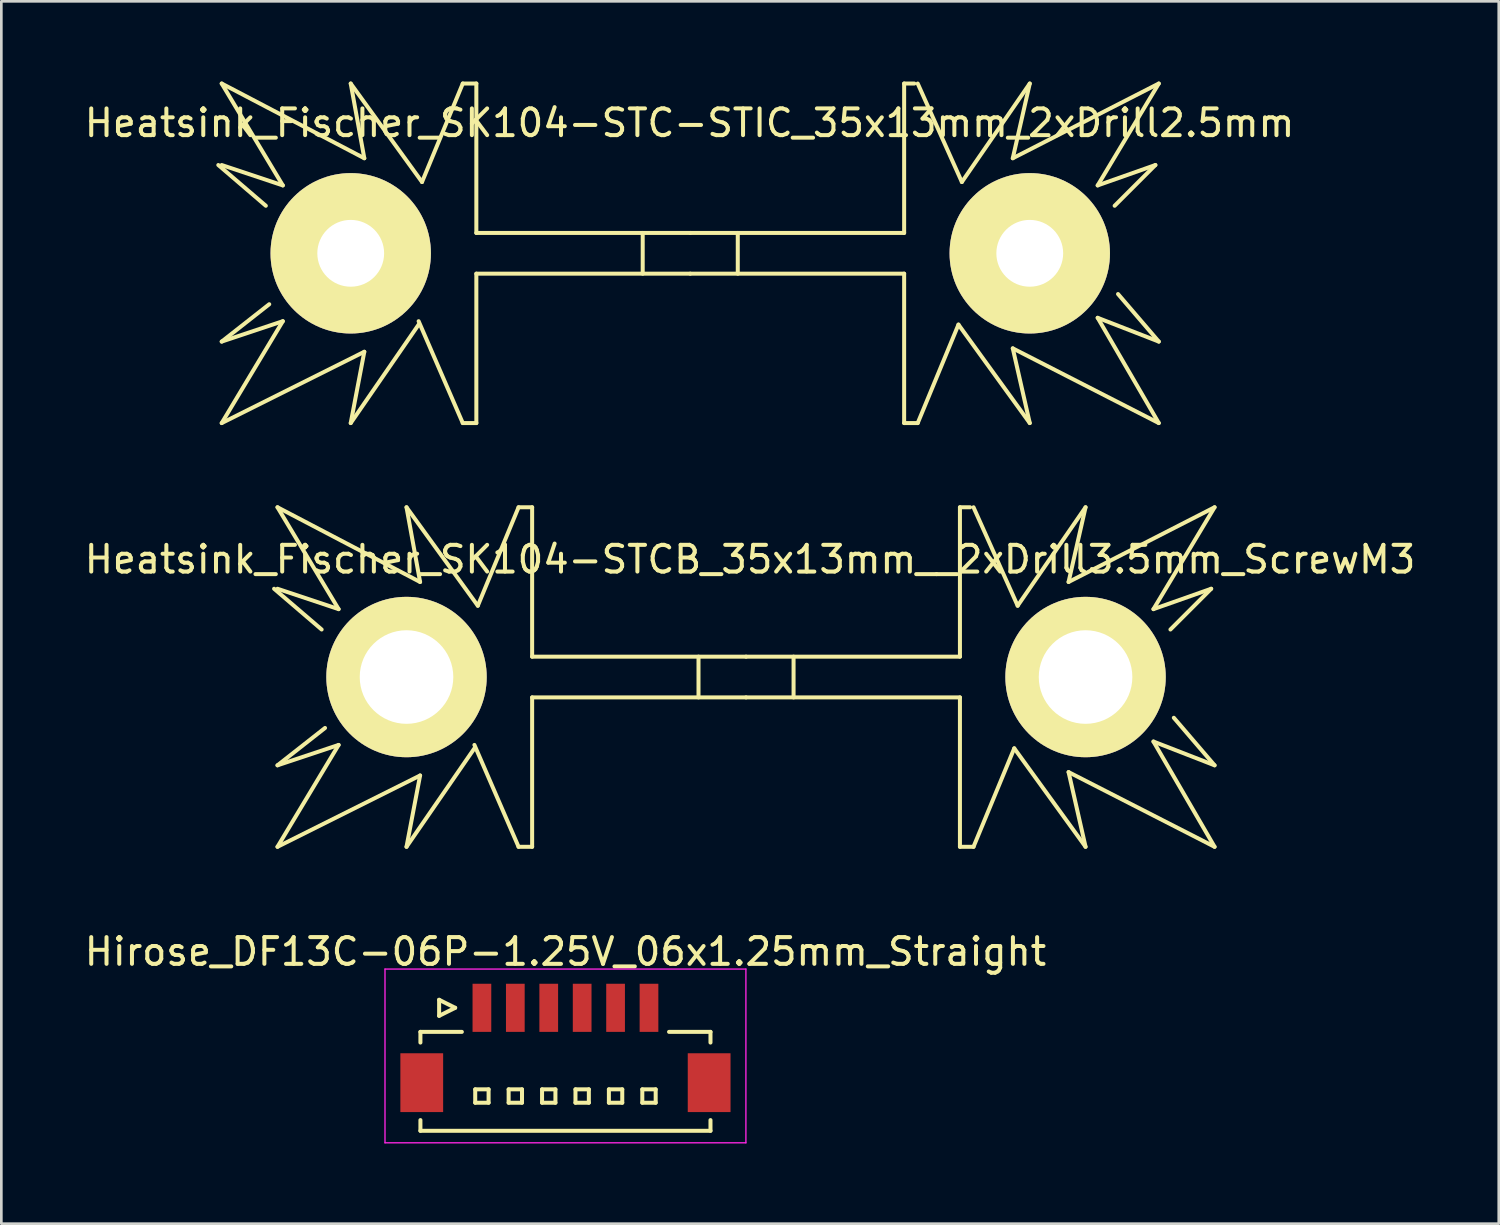
<source format=kicad_pcb>
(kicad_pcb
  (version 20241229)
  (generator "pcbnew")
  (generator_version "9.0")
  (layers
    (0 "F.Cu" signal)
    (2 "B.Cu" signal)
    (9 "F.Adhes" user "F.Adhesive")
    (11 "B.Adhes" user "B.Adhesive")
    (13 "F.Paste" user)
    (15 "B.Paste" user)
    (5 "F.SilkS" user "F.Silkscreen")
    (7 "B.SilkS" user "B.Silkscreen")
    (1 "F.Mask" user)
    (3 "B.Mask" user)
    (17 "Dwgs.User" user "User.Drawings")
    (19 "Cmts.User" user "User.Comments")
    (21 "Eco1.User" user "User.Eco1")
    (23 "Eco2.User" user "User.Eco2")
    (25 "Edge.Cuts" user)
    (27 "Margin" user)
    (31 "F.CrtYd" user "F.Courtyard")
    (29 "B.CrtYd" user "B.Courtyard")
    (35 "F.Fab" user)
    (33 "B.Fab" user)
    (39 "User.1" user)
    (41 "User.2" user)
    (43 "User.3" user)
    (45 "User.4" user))
  (footprint "Heatsink_Fischer_SK104-STCB_35x13mm__2xDrill3.5mm_ScrewM3"
    (layer "F.Cu")
    (at 24.856 22.275)
    (property "Reference" "Heatsink_Fischer_SK104-STCB_35x13mm__2xDrill3.5mm_ScrewM3" (at 0.15 -4.4 0) (layer "F.SilkS") (effects (font (size 1 1) (thickness 0.15))))
    (attr through_hole)
    (fp_line (start -17.653 -3.302) (end -15.875 -1.778) (stroke (width 0.15) (type solid)) (layer "F.SilkS"))
    (fp_line (start -17.526 -3.302) (end -15.24 -2.54) (stroke (width 0.15) (type solid)) (layer "F.SilkS"))
    (fp_line (start -17.526 3.302) (end -15.748 1.905) (stroke (width 0.15) (type solid)) (layer "F.SilkS"))
    (fp_line (start -17.526 3.302) (end -15.24 2.54) (stroke (width 0.15) (type solid)) (layer "F.SilkS"))
    (fp_line (start -15.24 -2.54) (end -17.526 -6.35) (stroke (width 0.15) (type solid)) (layer "F.SilkS"))
    (fp_line (start -15.24 2.54) (end -17.526 6.35) (stroke (width 0.15) (type solid)) (layer "F.SilkS"))
    (fp_line (start -12.7 -6.35) (end -12.192 -3.556) (stroke (width 0.15) (type solid)) (layer "F.SilkS"))
    (fp_line (start -12.7 6.35) (end -12.192 3.683) (stroke (width 0.15) (type solid)) (layer "F.SilkS"))
    (fp_line (start -12.192 -3.556) (end -17.526 -6.35) (stroke (width 0.15) (type solid)) (layer "F.SilkS"))
    (fp_line (start -12.192 3.683) (end -17.526 6.35) (stroke (width 0.15) (type solid)) (layer "F.SilkS"))
    (fp_line (start -10.16 2.667) (end -12.7 6.35) (stroke (width 0.15) (type solid)) (layer "F.SilkS"))
    (fp_line (start -10.033 -2.667) (end -12.7 -6.35) (stroke (width 0.15) (type solid)) (layer "F.SilkS"))
    (fp_line (start -8.509 -6.35) (end -10.033 -2.667) (stroke (width 0.15) (type solid)) (layer "F.SilkS"))
    (fp_line (start -8.509 6.35) (end -10.16 2.54) (stroke (width 0.15) (type solid)) (layer "F.SilkS"))
    (fp_line (start -8.509 6.35) (end -8.001 6.35) (stroke (width 0.15) (type solid)) (layer "F.SilkS"))
    (fp_line (start -8.001 -6.35) (end -8.509 -6.35) (stroke (width 0.15) (type solid)) (layer "F.SilkS"))
    (fp_line (start -8.001 -0.762) (end -8.001 -6.35) (stroke (width 0.15) (type solid)) (layer "F.SilkS"))
    (fp_line (start -8.001 0.762) (end -8.001 6.35) (stroke (width 0.15) (type solid)) (layer "F.SilkS"))
    (fp_line (start -1.778 -0.762) (end -1.778 0.762) (stroke (width 0.15) (type solid)) (layer "F.SilkS"))
    (fp_line (start 0 -0.762) (end -8.001 -0.762) (stroke (width 0.15) (type solid)) (layer "F.SilkS"))
    (fp_line (start 0 -0.762) (end 8.001 -0.762) (stroke (width 0.15) (type solid)) (layer "F.SilkS"))
    (fp_line (start 0 0.762) (end -8.001 0.762) (stroke (width 0.15) (type solid)) (layer "F.SilkS"))
    (fp_line (start 0 0.762) (end 8.001 0.762) (stroke (width 0.15) (type solid)) (layer "F.SilkS"))
    (fp_line (start 1.778 -0.762) (end 1.778 0.762) (stroke (width 0.15) (type solid)) (layer "F.SilkS"))
    (fp_line (start 8.001 -6.35) (end 8.382 -6.35) (stroke (width 0.15) (type solid)) (layer "F.SilkS"))
    (fp_line (start 8.001 -0.762) (end 8.001 -6.35) (stroke (width 0.15) (type solid)) (layer "F.SilkS"))
    (fp_line (start 8.001 0.762) (end 8.001 6.35) (stroke (width 0.15) (type solid)) (layer "F.SilkS"))
    (fp_line (start 8.001 6.35) (end 8.509 6.35) (stroke (width 0.15) (type solid)) (layer "F.SilkS"))
    (fp_line (start 8.509 -6.35) (end 10.16 -2.667) (stroke (width 0.15) (type solid)) (layer "F.SilkS"))
    (fp_line (start 8.509 6.35) (end 10.033 2.667) (stroke (width 0.15) (type solid)) (layer "F.SilkS"))
    (fp_line (start 10.033 2.667) (end 12.7 6.35) (stroke (width 0.15) (type solid)) (layer "F.SilkS"))
    (fp_line (start 10.16 -2.667) (end 12.7 -6.35) (stroke (width 0.15) (type solid)) (layer "F.SilkS"))
    (fp_line (start 12.065 -3.556) (end 12.7 -6.35) (stroke (width 0.15) (type solid)) (layer "F.SilkS"))
    (fp_line (start 12.065 3.556) (end 17.526 6.35) (stroke (width 0.15) (type solid)) (layer "F.SilkS"))
    (fp_line (start 12.7 6.35) (end 12.065 3.556) (stroke (width 0.15) (type solid)) (layer "F.SilkS"))
    (fp_line (start 15.24 -2.54) (end 17.399 -3.302) (stroke (width 0.15) (type solid)) (layer "F.SilkS"))
    (fp_line (start 15.24 2.413) (end 17.526 3.302) (stroke (width 0.15) (type solid)) (layer "F.SilkS"))
    (fp_line (start 17.399 -3.302) (end 15.875 -1.778) (stroke (width 0.15) (type solid)) (layer "F.SilkS"))
    (fp_line (start 17.526 -6.35) (end 12.065 -3.556) (stroke (width 0.15) (type solid)) (layer "F.SilkS"))
    (fp_line (start 17.526 -6.35) (end 15.24 -2.54) (stroke (width 0.15) (type solid)) (layer "F.SilkS"))
    (fp_line (start 17.526 3.302) (end 16.002 1.524) (stroke (width 0.15) (type solid)) (layer "F.SilkS"))
    (fp_line (start 17.526 6.35) (end 15.24 2.413) (stroke (width 0.15) (type solid)) (layer "F.SilkS"))
    (pad "1" thru_hole circle (at -12.7 0) (size 5.999 5.999) (drill 3.5) (layers "*.Cu" "*.Mask" "F.SilkS"))
    (pad "1" thru_hole circle (at 12.7 0) (size 5.999 5.999) (drill 3.5) (layers "*.Cu" "*.Mask" "F.SilkS")))
  (footprint "Heatsink_Fischer_SK104-STC-STIC_35x13mm_2xDrill2.5mm"
    (layer "F.Cu")
    (at 22.769 6.425)
    (property "Reference" "Heatsink_Fischer_SK104-STC-STIC_35x13mm_2xDrill2.5mm" (at -0.025 -4.875 0) (layer "F.SilkS") (effects (font (size 1 1) (thickness 0.15))))
    (attr through_hole)
    (fp_line (start -17.653 -3.302) (end -15.875 -1.778) (stroke (width 0.15) (type solid)) (layer "F.SilkS"))
    (fp_line (start -17.526 -3.302) (end -15.24 -2.54) (stroke (width 0.15) (type solid)) (layer "F.SilkS"))
    (fp_line (start -17.526 3.302) (end -15.748 1.905) (stroke (width 0.15) (type solid)) (layer "F.SilkS"))
    (fp_line (start -17.526 3.302) (end -15.24 2.54) (stroke (width 0.15) (type solid)) (layer "F.SilkS"))
    (fp_line (start -15.24 -2.54) (end -17.526 -6.35) (stroke (width 0.15) (type solid)) (layer "F.SilkS"))
    (fp_line (start -15.24 2.54) (end -17.526 6.35) (stroke (width 0.15) (type solid)) (layer "F.SilkS"))
    (fp_line (start -12.7 -6.35) (end -12.192 -3.556) (stroke (width 0.15) (type solid)) (layer "F.SilkS"))
    (fp_line (start -12.7 6.35) (end -12.192 3.683) (stroke (width 0.15) (type solid)) (layer "F.SilkS"))
    (fp_line (start -12.192 -3.556) (end -17.526 -6.35) (stroke (width 0.15) (type solid)) (layer "F.SilkS"))
    (fp_line (start -12.192 3.683) (end -17.526 6.35) (stroke (width 0.15) (type solid)) (layer "F.SilkS"))
    (fp_line (start -10.16 2.667) (end -12.7 6.35) (stroke (width 0.15) (type solid)) (layer "F.SilkS"))
    (fp_line (start -10.033 -2.667) (end -12.7 -6.35) (stroke (width 0.15) (type solid)) (layer "F.SilkS"))
    (fp_line (start -8.509 -6.35) (end -10.033 -2.667) (stroke (width 0.15) (type solid)) (layer "F.SilkS"))
    (fp_line (start -8.509 6.35) (end -10.16 2.54) (stroke (width 0.15) (type solid)) (layer "F.SilkS"))
    (fp_line (start -8.509 6.35) (end -8.001 6.35) (stroke (width 0.15) (type solid)) (layer "F.SilkS"))
    (fp_line (start -8.001 -6.35) (end -8.509 -6.35) (stroke (width 0.15) (type solid)) (layer "F.SilkS"))
    (fp_line (start -8.001 -0.762) (end -8.001 -6.35) (stroke (width 0.15) (type solid)) (layer "F.SilkS"))
    (fp_line (start -8.001 0.762) (end -8.001 6.35) (stroke (width 0.15) (type solid)) (layer "F.SilkS"))
    (fp_line (start -1.778 -0.762) (end -1.778 0.762) (stroke (width 0.15) (type solid)) (layer "F.SilkS"))
    (fp_line (start 0 -0.762) (end -8.001 -0.762) (stroke (width 0.15) (type solid)) (layer "F.SilkS"))
    (fp_line (start 0 -0.762) (end 8.001 -0.762) (stroke (width 0.15) (type solid)) (layer "F.SilkS"))
    (fp_line (start 0 0.762) (end -8.001 0.762) (stroke (width 0.15) (type solid)) (layer "F.SilkS"))
    (fp_line (start 0 0.762) (end 8.001 0.762) (stroke (width 0.15) (type solid)) (layer "F.SilkS"))
    (fp_line (start 1.778 -0.762) (end 1.778 0.762) (stroke (width 0.15) (type solid)) (layer "F.SilkS"))
    (fp_line (start 8.001 -6.35) (end 8.382 -6.35) (stroke (width 0.15) (type solid)) (layer "F.SilkS"))
    (fp_line (start 8.001 -0.762) (end 8.001 -6.35) (stroke (width 0.15) (type solid)) (layer "F.SilkS"))
    (fp_line (start 8.001 0.762) (end 8.001 6.35) (stroke (width 0.15) (type solid)) (layer "F.SilkS"))
    (fp_line (start 8.001 6.35) (end 8.509 6.35) (stroke (width 0.15) (type solid)) (layer "F.SilkS"))
    (fp_line (start 8.509 -6.35) (end 10.16 -2.667) (stroke (width 0.15) (type solid)) (layer "F.SilkS"))
    (fp_line (start 8.509 6.35) (end 10.033 2.667) (stroke (width 0.15) (type solid)) (layer "F.SilkS"))
    (fp_line (start 10.033 2.667) (end 12.7 6.35) (stroke (width 0.15) (type solid)) (layer "F.SilkS"))
    (fp_line (start 10.16 -2.667) (end 12.7 -6.35) (stroke (width 0.15) (type solid)) (layer "F.SilkS"))
    (fp_line (start 12.065 -3.556) (end 12.7 -6.35) (stroke (width 0.15) (type solid)) (layer "F.SilkS"))
    (fp_line (start 12.065 3.556) (end 17.526 6.35) (stroke (width 0.15) (type solid)) (layer "F.SilkS"))
    (fp_line (start 12.7 6.35) (end 12.065 3.556) (stroke (width 0.15) (type solid)) (layer "F.SilkS"))
    (fp_line (start 15.24 -2.54) (end 17.399 -3.302) (stroke (width 0.15) (type solid)) (layer "F.SilkS"))
    (fp_line (start 15.24 2.413) (end 17.526 3.302) (stroke (width 0.15) (type solid)) (layer "F.SilkS"))
    (fp_line (start 17.399 -3.302) (end 15.875 -1.778) (stroke (width 0.15) (type solid)) (layer "F.SilkS"))
    (fp_line (start 17.526 -6.35) (end 12.065 -3.556) (stroke (width 0.15) (type solid)) (layer "F.SilkS"))
    (fp_line (start 17.526 -6.35) (end 15.24 -2.54) (stroke (width 0.15) (type solid)) (layer "F.SilkS"))
    (fp_line (start 17.526 3.302) (end 16.002 1.524) (stroke (width 0.15) (type solid)) (layer "F.SilkS"))
    (fp_line (start 17.526 6.35) (end 15.24 2.413) (stroke (width 0.15) (type solid)) (layer "F.SilkS"))
    (pad "1" thru_hole circle (at -12.7 0) (size 5.999 5.999) (drill 2.499) (layers "*.Cu" "*.Mask" "F.SilkS"))
    (pad "1" thru_hole circle (at 12.7 0) (size 5.999 5.999) (drill 2.499) (layers "*.Cu" "*.Mask" "F.SilkS")))
  (footprint "Hirose_DF13C-06P-1.25V_06x1.25mm_Straight"
    (layer "F.Cu")
    (at 18.101 36.048)
    (property "Reference" "Hirose_DF13C-06P-1.25V_06x1.25mm_Straight" (at 0 -3.5 0) (layer "F.SilkS") (effects (font (size 1 1) (thickness 0.15))))
    (attr smd)
    (fp_line (start -5.425 -0.5) (end -5.425 -0.1) (stroke (width 0.15) (type solid)) (layer "F.SilkS"))
    (fp_line (start -5.425 -0.5) (end -3.875 -0.5) (stroke (width 0.15) (type solid)) (layer "F.SilkS"))
    (fp_line (start -5.425 3.2) (end -5.425 2.8) (stroke (width 0.15) (type solid)) (layer "F.SilkS"))
    (fp_line (start -5.425 3.2) (end 5.425 3.2) (stroke (width 0.15) (type solid)) (layer "F.SilkS"))
    (fp_line (start -4.725 -1.7) (end -4.725 -1.1) (stroke (width 0.15) (type solid)) (layer "F.SilkS"))
    (fp_line (start -4.725 -1.1) (end -4.125 -1.4) (stroke (width 0.15) (type solid)) (layer "F.SilkS"))
    (fp_line (start -4.125 -1.4) (end -4.725 -1.7) (stroke (width 0.15) (type solid)) (layer "F.SilkS"))
    (fp_line (start -3.375 1.65) (end -3.375 2.15) (stroke (width 0.15) (type solid)) (layer "F.SilkS"))
    (fp_line (start -3.375 2.15) (end -2.875 2.15) (stroke (width 0.15) (type solid)) (layer "F.SilkS"))
    (fp_line (start -2.875 1.65) (end -3.375 1.65) (stroke (width 0.15) (type solid)) (layer "F.SilkS"))
    (fp_line (start -2.875 2.15) (end -2.875 1.65) (stroke (width 0.15) (type solid)) (layer "F.SilkS"))
    (fp_line (start -2.125 1.65) (end -2.125 2.15) (stroke (width 0.15) (type solid)) (layer "F.SilkS"))
    (fp_line (start -2.125 2.15) (end -1.625 2.15) (stroke (width 0.15) (type solid)) (layer "F.SilkS"))
    (fp_line (start -1.625 1.65) (end -2.125 1.65) (stroke (width 0.15) (type solid)) (layer "F.SilkS"))
    (fp_line (start -1.625 2.15) (end -1.625 1.65) (stroke (width 0.15) (type solid)) (layer "F.SilkS"))
    (fp_line (start -0.875 1.65) (end -0.875 2.15) (stroke (width 0.15) (type solid)) (layer "F.SilkS"))
    (fp_line (start -0.875 2.15) (end -0.375 2.15) (stroke (width 0.15) (type solid)) (layer "F.SilkS"))
    (fp_line (start -0.375 1.65) (end -0.875 1.65) (stroke (width 0.15) (type solid)) (layer "F.SilkS"))
    (fp_line (start -0.375 2.15) (end -0.375 1.65) (stroke (width 0.15) (type solid)) (layer "F.SilkS"))
    (fp_line (start 0.375 1.65) (end 0.375 2.15) (stroke (width 0.15) (type solid)) (layer "F.SilkS"))
    (fp_line (start 0.375 2.15) (end 0.875 2.15) (stroke (width 0.15) (type solid)) (layer "F.SilkS"))
    (fp_line (start 0.875 1.65) (end 0.375 1.65) (stroke (width 0.15) (type solid)) (layer "F.SilkS"))
    (fp_line (start 0.875 2.15) (end 0.875 1.65) (stroke (width 0.15) (type solid)) (layer "F.SilkS"))
    (fp_line (start 1.625 1.65) (end 1.625 2.15) (stroke (width 0.15) (type solid)) (layer "F.SilkS"))
    (fp_line (start 1.625 2.15) (end 2.125 2.15) (stroke (width 0.15) (type solid)) (layer "F.SilkS"))
    (fp_line (start 2.125 1.65) (end 1.625 1.65) (stroke (width 0.15) (type solid)) (layer "F.SilkS"))
    (fp_line (start 2.125 2.15) (end 2.125 1.65) (stroke (width 0.15) (type solid)) (layer "F.SilkS"))
    (fp_line (start 2.875 1.65) (end 2.875 2.15) (stroke (width 0.15) (type solid)) (layer "F.SilkS"))
    (fp_line (start 2.875 2.15) (end 3.375 2.15) (stroke (width 0.15) (type solid)) (layer "F.SilkS"))
    (fp_line (start 3.375 1.65) (end 2.875 1.65) (stroke (width 0.15) (type solid)) (layer "F.SilkS"))
    (fp_line (start 3.375 2.15) (end 3.375 1.65) (stroke (width 0.15) (type solid)) (layer "F.SilkS"))
    (fp_line (start 5.425 -0.5) (end 3.875 -0.5) (stroke (width 0.15) (type solid)) (layer "F.SilkS"))
    (fp_line (start 5.425 -0.5) (end 5.425 -0.1) (stroke (width 0.15) (type solid)) (layer "F.SilkS"))
    (fp_line (start 5.425 3.2) (end 5.425 2.8) (stroke (width 0.15) (type solid)) (layer "F.SilkS"))
    (fp_line (start -6.75 -2.85) (end -6.75 3.65) (stroke (width 0.05) (type solid)) (layer "F.CrtYd"))
    (fp_line (start -6.75 3.65) (end 6.75 3.65) (stroke (width 0.05) (type solid)) (layer "F.CrtYd"))
    (fp_line (start 6.75 -2.85) (end -6.75 -2.85) (stroke (width 0.05) (type solid)) (layer "F.CrtYd"))
    (fp_line (start 6.75 3.65) (end 6.75 -2.85) (stroke (width 0.05) (type solid)) (layer "F.CrtYd"))
    (pad "" smd rect (at -5.375 1.4) (size 1.6 2.2) (layers "F.Cu" "F.Mask" "F.Paste"))
    (pad "" smd rect (at 5.375 1.4) (size 1.6 2.2) (layers "F.Cu" "F.Mask" "F.Paste"))
    (pad "1" smd rect (at -3.125 -1.4) (size 0.7 1.8) (layers "F.Cu" "F.Mask" "F.Paste"))
    (pad "2" smd rect (at -1.875 -1.4) (size 0.7 1.8) (layers "F.Cu" "F.Mask" "F.Paste"))
    (pad "3" smd rect (at -0.625 -1.4) (size 0.7 1.8) (layers "F.Cu" "F.Mask" "F.Paste"))
    (pad "4" smd rect (at 0.625 -1.4) (size 0.7 1.8) (layers "F.Cu" "F.Mask" "F.Paste"))
    (pad "5" smd rect (at 1.875 -1.4) (size 0.7 1.8) (layers "F.Cu" "F.Mask" "F.Paste"))
    (pad "6" smd rect (at 3.125 -1.4) (size 0.7 1.8) (layers "F.Cu" "F.Mask" "F.Paste")))
  (gr_rect
    (start -3 -3)
    (end 53.012 42.723)
    (stroke (width 0.1) (type default))
    (fill no)
    (layer "Edge.Cuts")))
</source>
